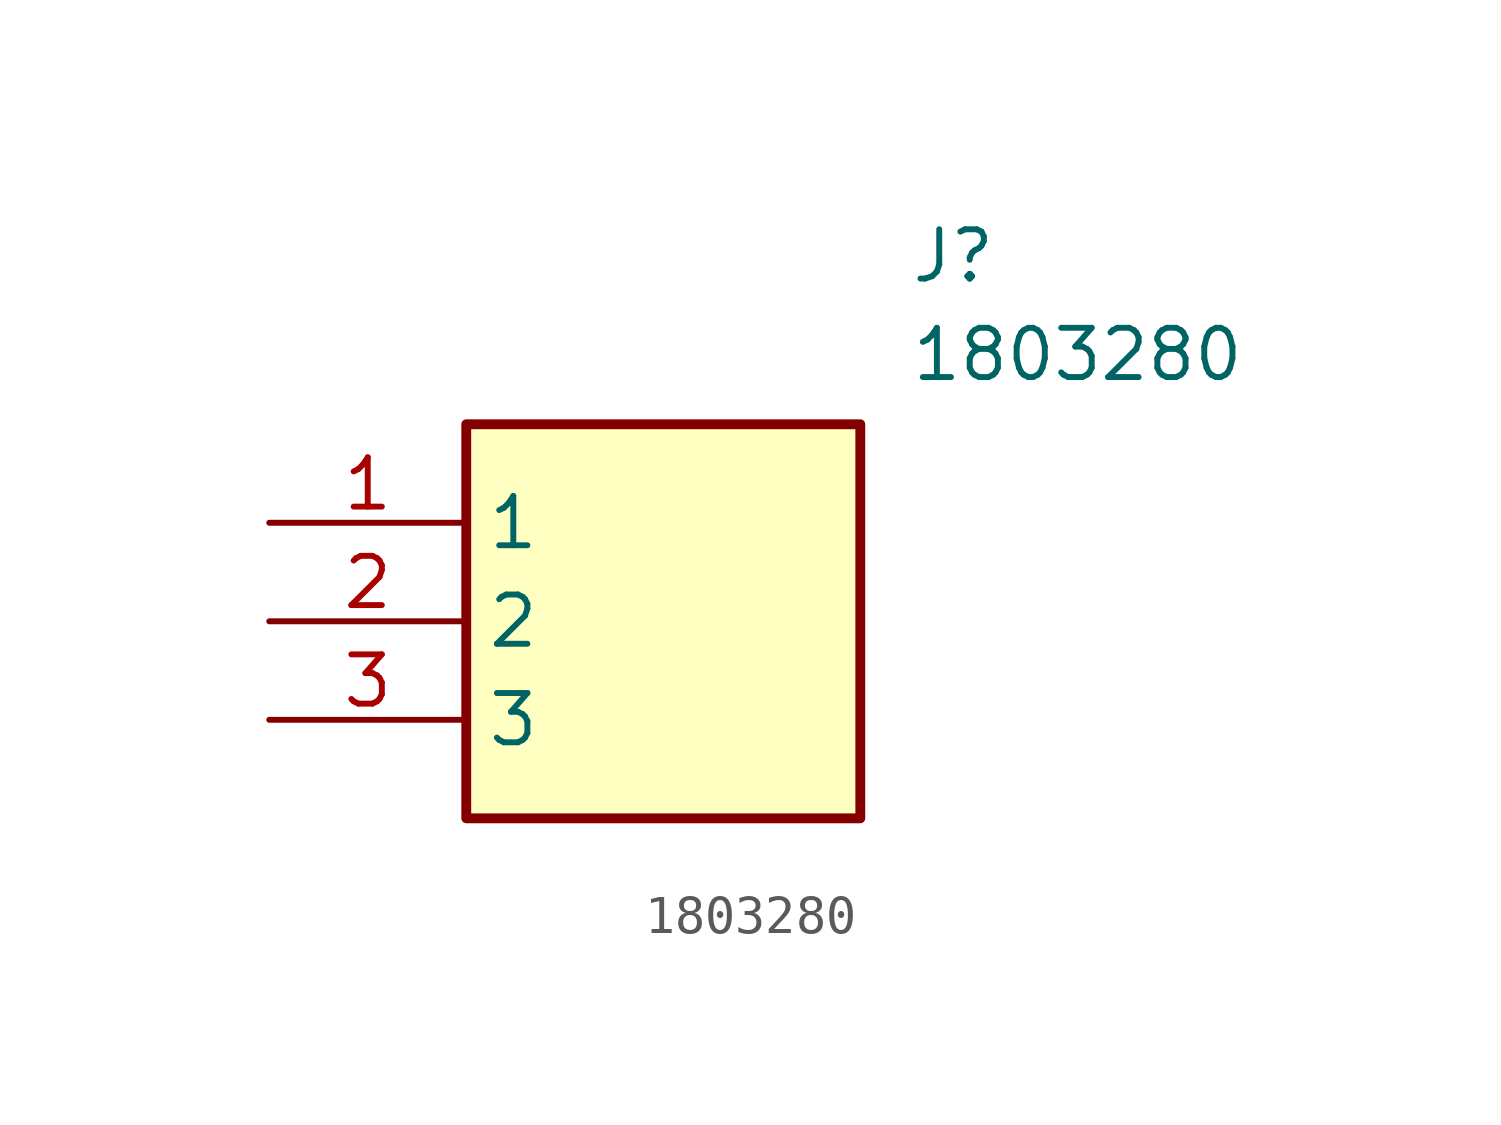
<source format=kicad_sym>
(kicad_symbol_lib
  (version 20211014)
  (generator SamacSys_ECAD_Model)
  (symbol "1803280"
    (property "Reference" "J"
      (at 16.51 7.62 0)
      (effects (font (size 1.27 1.27)) (justify left top)))
    (property "Value" "1803280"
      (at 16.51 5.08 0)
      (effects (font (size 1.27 1.27)) (justify left top)))
    (rectangle
      (start 5.08 2.54)
      (end 15.24 -7.62)
      (stroke (width 0.254) (type default))
      (fill (type background)))
    (pin passive line
      (at 0 0 0)
      (length 5.08)
      (name "1" (effects (font (size 1.27 1.27))))
      (number "1" (effects (font (size 1.27 1.27)))))
    (pin passive line
      (at 0 -2.54 0)
      (length 5.08)
      (name "2" (effects (font (size 1.27 1.27))))
      (number "2" (effects (font (size 1.27 1.27)))))
    (pin passive line
      (at 0 -5.08 0)
      (length 5.08)
      (name "3" (effects (font (size 1.27 1.27))))
      (number "3" (effects (font (size 1.27 1.27)))))))
</source>
